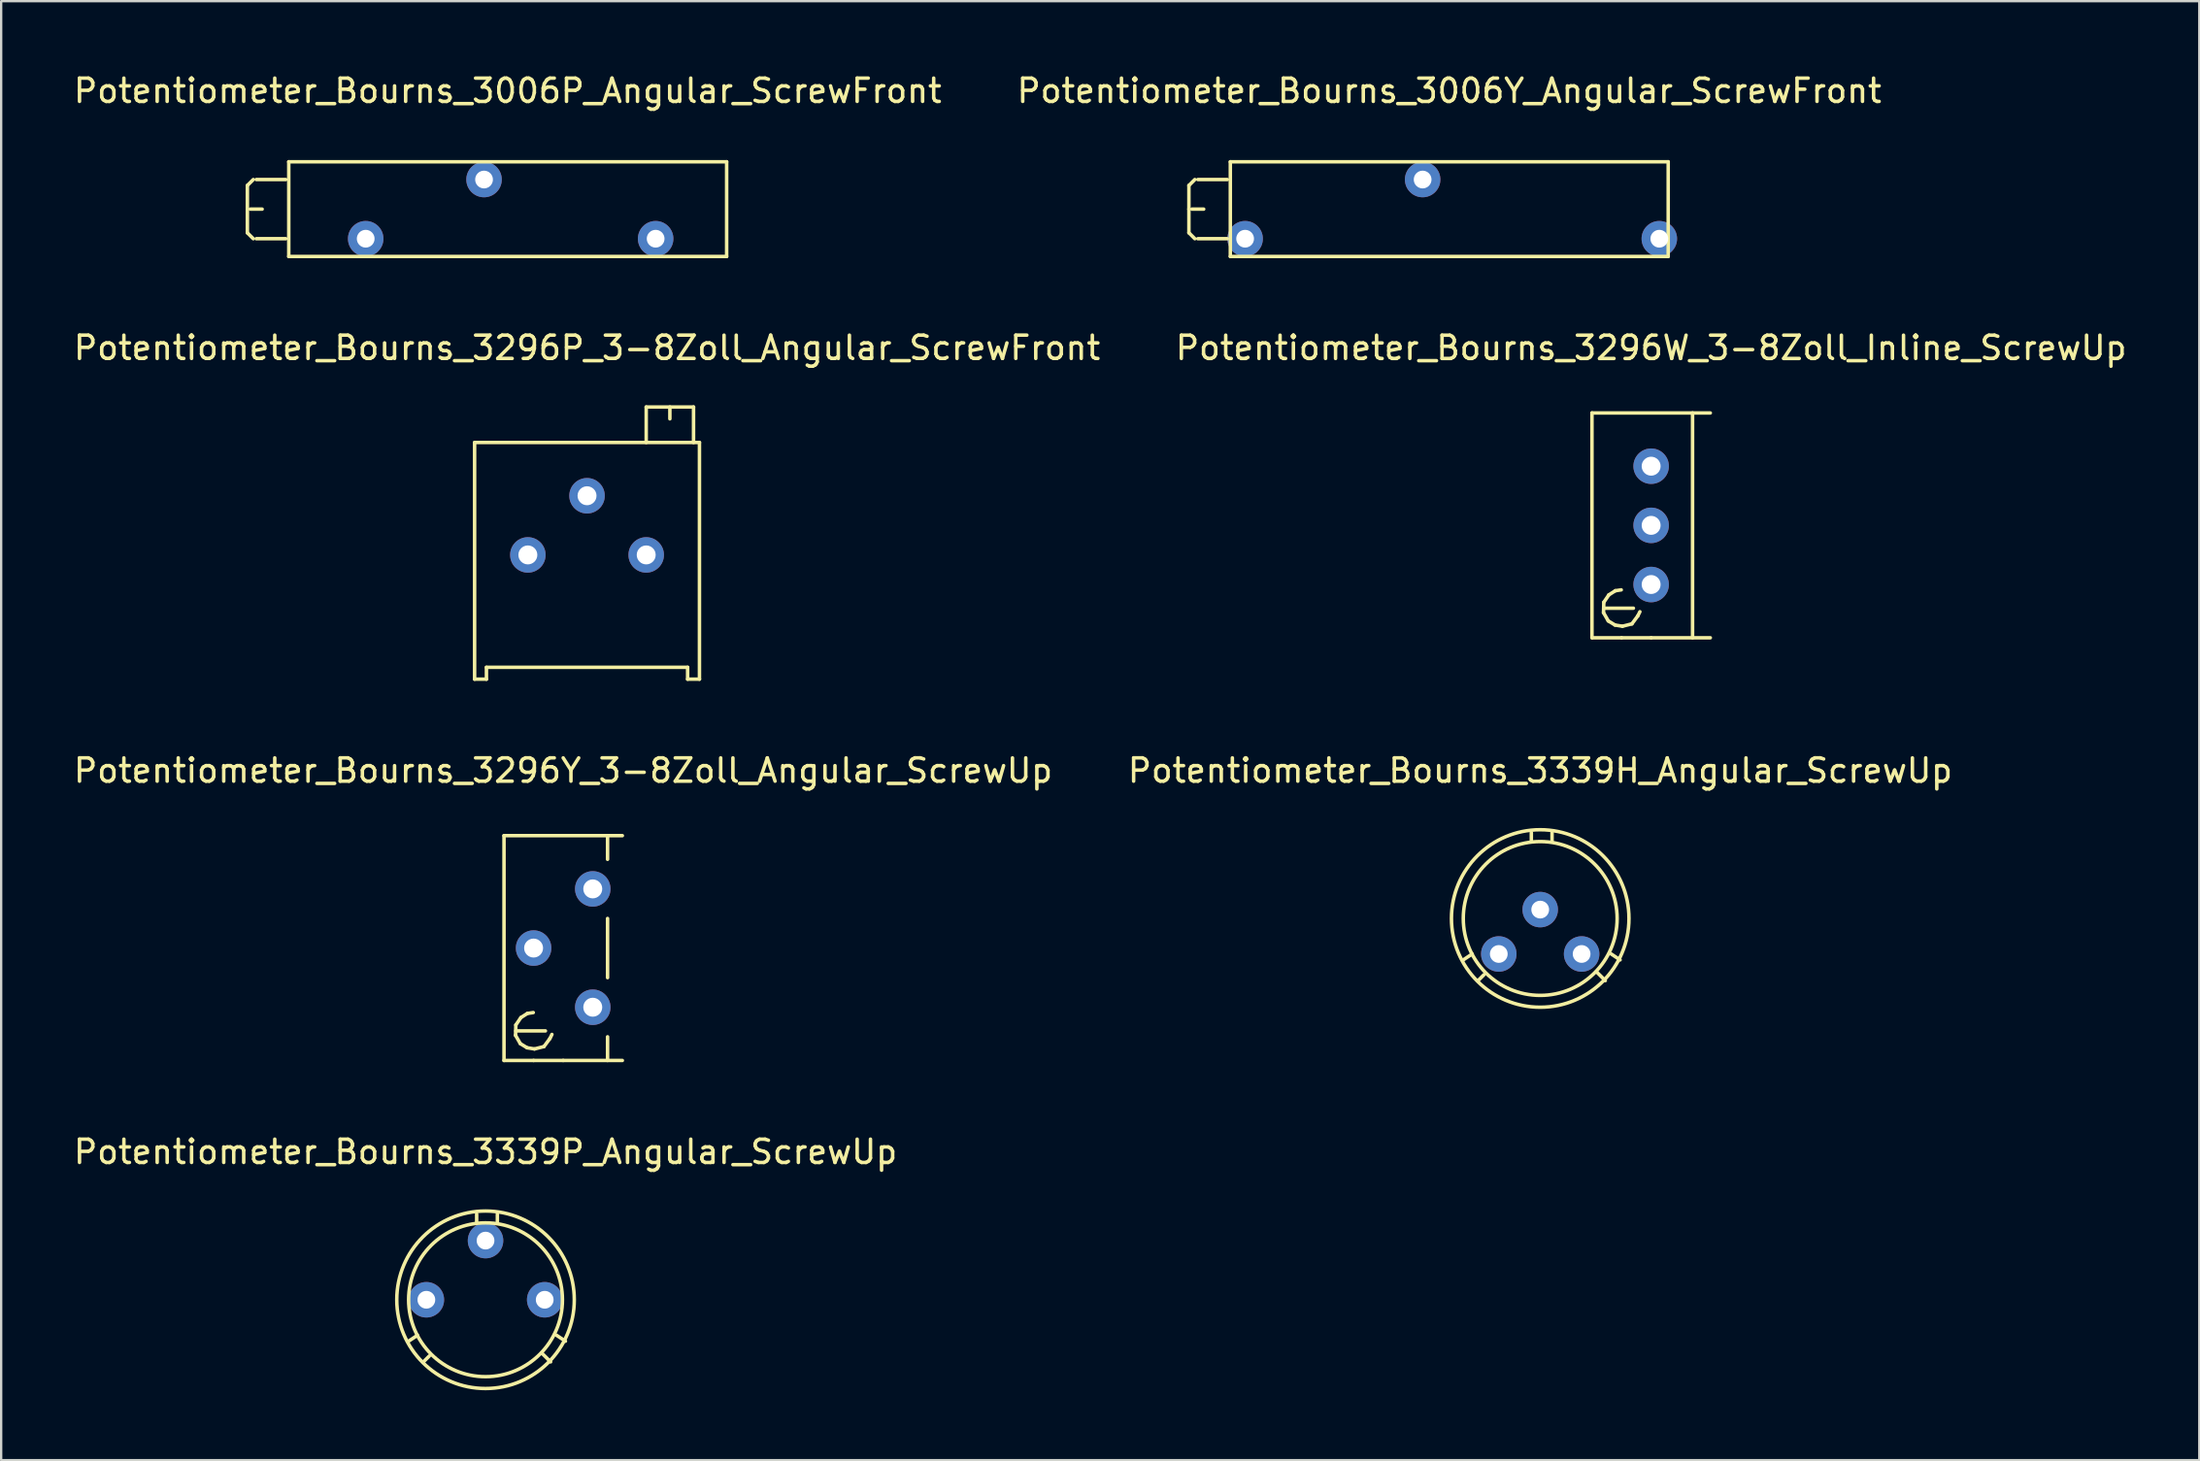
<source format=kicad_pcb>
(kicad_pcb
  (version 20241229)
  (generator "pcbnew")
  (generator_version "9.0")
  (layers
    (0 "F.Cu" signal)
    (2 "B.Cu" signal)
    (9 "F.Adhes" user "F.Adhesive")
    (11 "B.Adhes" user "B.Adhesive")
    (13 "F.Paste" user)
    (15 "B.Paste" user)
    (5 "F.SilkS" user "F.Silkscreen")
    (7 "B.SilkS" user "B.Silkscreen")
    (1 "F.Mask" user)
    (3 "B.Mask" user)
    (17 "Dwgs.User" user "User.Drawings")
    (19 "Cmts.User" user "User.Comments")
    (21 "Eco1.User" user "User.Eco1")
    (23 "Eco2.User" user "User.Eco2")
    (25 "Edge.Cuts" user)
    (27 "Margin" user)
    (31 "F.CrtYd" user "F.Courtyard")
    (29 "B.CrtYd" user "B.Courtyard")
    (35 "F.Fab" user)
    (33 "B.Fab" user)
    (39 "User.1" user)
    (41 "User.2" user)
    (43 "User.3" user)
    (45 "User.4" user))
  (footprint "Potentiometer_Bourns_3296W_3-8Zoll_Inline_ScrewUp"
    (layer "F.Cu")
    (at 67.827 22.044)
    (property "Reference" "Potentiometer_Bourns_3296W_3-8Zoll_Inline_ScrewUp" (at 0 -10.16 0) (layer "F.SilkS") (effects (font (size 1 1) (thickness 0.15))))
    (attr through_hole)
    (fp_line (start -2.54 -7.366) (end 2.54 -7.366) (stroke (width 0.15) (type solid)) (layer "F.SilkS"))
    (fp_line (start -2.54 2.286) (end -2.54 -7.366) (stroke (width 0.15) (type solid)) (layer "F.SilkS"))
    (fp_line (start -2.045 1.206) (end -1.841 1.562) (stroke (width 0.15) (type solid)) (layer "F.SilkS"))
    (fp_line (start -2.032 0.762) (end -2.045 1.206) (stroke (width 0.15) (type solid)) (layer "F.SilkS"))
    (fp_line (start -2.032 1.016) (end -0.762 1.016) (stroke (width 0.15) (type solid)) (layer "F.SilkS"))
    (fp_line (start -1.841 1.562) (end -1.549 1.74) (stroke (width 0.15) (type solid)) (layer "F.SilkS"))
    (fp_line (start -1.816 0.445) (end -2.032 0.762) (stroke (width 0.15) (type solid)) (layer "F.SilkS"))
    (fp_line (start -1.549 1.74) (end -1.232 1.791) (stroke (width 0.15) (type solid)) (layer "F.SilkS"))
    (fp_line (start -1.537 0.267) (end -1.816 0.445) (stroke (width 0.15) (type solid)) (layer "F.SilkS"))
    (fp_line (start -1.283 0.229) (end -1.537 0.267) (stroke (width 0.15) (type solid)) (layer "F.SilkS"))
    (fp_line (start -1.27 2.286) (end -2.54 2.286) (stroke (width 0.15) (type solid)) (layer "F.SilkS"))
    (fp_line (start -1.232 1.791) (end -0.826 1.689) (stroke (width 0.15) (type solid)) (layer "F.SilkS"))
    (fp_line (start -0.826 1.689) (end -0.572 1.346) (stroke (width 0.15) (type solid)) (layer "F.SilkS"))
    (fp_line (start -0.572 1.346) (end -0.483 1.168) (stroke (width 0.15) (type solid)) (layer "F.SilkS"))
    (fp_line (start 0 2.286) (end -1.27 2.286) (stroke (width 0.15) (type solid)) (layer "F.SilkS"))
    (fp_line (start 1.778 -7.366) (end 1.778 2.286) (stroke (width 0.15) (type solid)) (layer "F.SilkS"))
    (fp_line (start 2.54 2.286) (end 0 2.286) (stroke (width 0.15) (type solid)) (layer "F.SilkS"))
    (pad "1" thru_hole circle (at 0 0) (size 1.524 1.524) (drill 0.813) (layers "*.Cu" "*.Mask"))
    (pad "2" thru_hole circle (at 0 -2.54) (size 1.524 1.524) (drill 0.813) (layers "*.Cu" "*.Mask"))
    (pad "3" thru_hole circle (at 0 -5.08) (size 1.524 1.524) (drill 0.813) (layers "*.Cu" "*.Mask")))
  (footprint "Potentiometer_Bourns_3339H_Angular_ScrewUp"
    (layer "F.Cu")
    (at 61.287 37.905)
    (property "Reference" "Potentiometer_Bourns_3339H_Angular_ScrewUp" (at 1.778 -7.874 0) (layer "F.SilkS") (effects (font (size 1 1) (thickness 0.15))))
    (attr through_hole)
    (fp_line (start -1.524 0.254) (end -1.143 0) (stroke (width 0.15) (type solid)) (layer "F.SilkS"))
    (fp_line (start -0.889 1.143) (end -0.635 0.889) (stroke (width 0.15) (type solid)) (layer "F.SilkS"))
    (fp_line (start 1.397 -4.826) (end 1.397 -5.207) (stroke (width 0.15) (type solid)) (layer "F.SilkS"))
    (fp_line (start 2.286 -4.826) (end 2.286 -5.207) (stroke (width 0.15) (type solid)) (layer "F.SilkS"))
    (fp_line (start 4.572 1.143) (end 4.191 0.762) (stroke (width 0.15) (type solid)) (layer "F.SilkS"))
    (fp_line (start 5.207 0.254) (end 4.826 0) (stroke (width 0.15) (type solid)) (layer "F.SilkS"))
    (fp_circle (center 1.778 -1.524) (end 5.08 -1.524) (stroke (width 0.15) (type solid)) (fill no) (layer "F.SilkS"))
    (fp_circle (center 1.778 -1.524) (end 5.588 -1.524) (stroke (width 0.15) (type solid)) (fill no) (layer "F.SilkS"))
    (pad "1" thru_hole circle (at 0 0) (size 1.524 1.524) (drill 0.762) (layers "*.Cu" "*.Mask"))
    (pad "2" thru_hole circle (at 1.778 -1.905) (size 1.524 1.524) (drill 0.762) (layers "*.Cu" "*.Mask"))
    (pad "3" thru_hole circle (at 3.556 0) (size 1.524 1.524) (drill 0.762) (layers "*.Cu" "*.Mask")))
  (footprint "Potentiometer_Bourns_3006Y_Angular_ScrewFront"
    (layer "F.Cu")
    (at 68.178 7.198)
    (property "Reference" "Potentiometer_Bourns_3006Y_Angular_ScrewFront" (at -9.017 -6.35 0) (layer "F.SilkS") (effects (font (size 1 1) (thickness 0.15))))
    (attr through_hole)
    (fp_line (start -20.193 -2.286) (end -20.193 -1.27) (stroke (width 0.15) (type solid)) (layer "F.SilkS"))
    (fp_line (start -20.193 -1.27) (end -20.193 -0.254) (stroke (width 0.15) (type solid)) (layer "F.SilkS"))
    (fp_line (start -20.193 -0.254) (end -19.939 0) (stroke (width 0.15) (type solid)) (layer "F.SilkS"))
    (fp_line (start -20.066 -1.27) (end -19.558 -1.27) (stroke (width 0.15) (type solid)) (layer "F.SilkS"))
    (fp_line (start -19.939 -2.54) (end -20.193 -2.286) (stroke (width 0.15) (type solid)) (layer "F.SilkS"))
    (fp_line (start -18.542 -2.54) (end -19.812 -2.54) (stroke (width 0.15) (type solid)) (layer "F.SilkS"))
    (fp_line (start -18.542 0) (end -19.812 0) (stroke (width 0.15) (type solid)) (layer "F.SilkS"))
    (fp_line (start -18.415 0.762) (end -18.415 -3.302) (stroke (width 0.15) (type solid)) (layer "F.SilkS"))
    (fp_line (start -18.415 0.762) (end 0.381 0.762) (stroke (width 0.15) (type solid)) (layer "F.SilkS"))
    (fp_line (start 0.381 -3.302) (end -18.415 -3.302) (stroke (width 0.15) (type solid)) (layer "F.SilkS"))
    (fp_line (start 0.381 0.762) (end 0.381 -3.302) (stroke (width 0.15) (type solid)) (layer "F.SilkS"))
    (pad "1" thru_hole circle (at 0 0) (size 1.524 1.524) (drill 0.762) (layers "*.Cu" "*.Mask"))
    (pad "2" thru_hole circle (at -10.16 -2.54) (size 1.524 1.524) (drill 0.762) (layers "*.Cu" "*.Mask"))
    (pad "3" thru_hole circle (at -17.78 0) (size 1.524 1.524) (drill 0.762) (layers "*.Cu" "*.Mask")))
  (footprint "Potentiometer_Bourns_3006P_Angular_ScrewFront"
    (layer "F.Cu")
    (at 25.094 7.198)
    (property "Reference" "Potentiometer_Bourns_3006P_Angular_ScrewFront" (at -6.35 -6.35 0) (layer "F.SilkS") (effects (font (size 1 1) (thickness 0.15))))
    (attr through_hole)
    (fp_line (start -17.526 -2.286) (end -17.526 -1.27) (stroke (width 0.15) (type solid)) (layer "F.SilkS"))
    (fp_line (start -17.526 -1.27) (end -17.526 -0.254) (stroke (width 0.15) (type solid)) (layer "F.SilkS"))
    (fp_line (start -17.526 -0.254) (end -17.272 0) (stroke (width 0.15) (type solid)) (layer "F.SilkS"))
    (fp_line (start -17.399 -1.27) (end -16.891 -1.27) (stroke (width 0.15) (type solid)) (layer "F.SilkS"))
    (fp_line (start -17.272 -2.54) (end -17.526 -2.286) (stroke (width 0.15) (type solid)) (layer "F.SilkS"))
    (fp_line (start -15.875 -2.54) (end -17.145 -2.54) (stroke (width 0.15) (type solid)) (layer "F.SilkS"))
    (fp_line (start -15.875 0) (end -17.145 0) (stroke (width 0.15) (type solid)) (layer "F.SilkS"))
    (fp_line (start -15.748 0.762) (end -15.748 -3.302) (stroke (width 0.15) (type solid)) (layer "F.SilkS"))
    (fp_line (start -15.748 0.762) (end 3.048 0.762) (stroke (width 0.15) (type solid)) (layer "F.SilkS"))
    (fp_line (start 3.048 -3.302) (end -15.748 -3.302) (stroke (width 0.15) (type solid)) (layer "F.SilkS"))
    (fp_line (start 3.048 0.762) (end 3.048 -3.302) (stroke (width 0.15) (type solid)) (layer "F.SilkS"))
    (pad "1" thru_hole circle (at 0 0) (size 1.524 1.524) (drill 0.762) (layers "*.Cu" "*.Mask"))
    (pad "2" thru_hole circle (at -7.366 -2.54) (size 1.524 1.524) (drill 0.762) (layers "*.Cu" "*.Mask"))
    (pad "3" thru_hole circle (at -12.446 0) (size 1.524 1.524) (drill 0.762) (layers "*.Cu" "*.Mask")))
  (footprint "Potentiometer_Bourns_3296P_3-8Zoll_Angular_ScrewFront"
    (layer "F.Cu")
    (at 24.689 20.773)
    (property "Reference" "Potentiometer_Bourns_3296P_3-8Zoll_Angular_ScrewFront" (at -2.54 -8.89 0) (layer "F.SilkS") (effects (font (size 1 1) (thickness 0.15))))
    (attr through_hole)
    (fp_line (start -7.366 -4.826) (end -7.366 5.334) (stroke (width 0.15) (type solid)) (layer "F.SilkS"))
    (fp_line (start -7.366 -4.826) (end 2.286 -4.826) (stroke (width 0.15) (type solid)) (layer "F.SilkS"))
    (fp_line (start -7.366 5.334) (end -6.858 5.334) (stroke (width 0.15) (type solid)) (layer "F.SilkS"))
    (fp_line (start -6.858 4.826) (end 1.778 4.826) (stroke (width 0.15) (type solid)) (layer "F.SilkS"))
    (fp_line (start -6.858 5.334) (end -6.858 4.826) (stroke (width 0.15) (type solid)) (layer "F.SilkS"))
    (fp_line (start 0 -6.35) (end 2.032 -6.35) (stroke (width 0.15) (type solid)) (layer "F.SilkS"))
    (fp_line (start 0 -4.826) (end 0 -6.35) (stroke (width 0.15) (type solid)) (layer "F.SilkS"))
    (fp_line (start 1.016 -6.35) (end 1.016 -5.842) (stroke (width 0.15) (type solid)) (layer "F.SilkS"))
    (fp_line (start 1.778 4.826) (end 1.778 5.334) (stroke (width 0.15) (type solid)) (layer "F.SilkS"))
    (fp_line (start 1.778 5.334) (end 2.286 5.334) (stroke (width 0.15) (type solid)) (layer "F.SilkS"))
    (fp_line (start 2.032 -4.826) (end 2.032 -6.35) (stroke (width 0.15) (type solid)) (layer "F.SilkS"))
    (fp_line (start 2.286 5.334) (end 2.286 -4.826) (stroke (width 0.15) (type solid)) (layer "F.SilkS"))
    (pad "1" thru_hole circle (at 0 0 90) (size 1.524 1.524) (drill 0.813) (layers "*.Cu" "*.Mask"))
    (pad "2" thru_hole circle (at -2.54 -2.54 90) (size 1.524 1.524) (drill 0.813) (layers "*.Cu" "*.Mask"))
    (pad "3" thru_hole circle (at -5.08 0 90) (size 1.524 1.524) (drill 0.813) (layers "*.Cu" "*.Mask")))
  (footprint "Potentiometer_Bourns_3296Y_3-8Zoll_Angular_ScrewUp"
    (layer "F.Cu")
    (at 22.395 40.191)
    (property "Reference" "Potentiometer_Bourns_3296Y_3-8Zoll_Angular_ScrewUp" (at -1.27 -10.16 0) (layer "F.SilkS") (effects (font (size 1 1) (thickness 0.15))))
    (attr through_hole)
    (fp_line (start -3.81 -7.366) (end 1.27 -7.366) (stroke (width 0.15) (type solid)) (layer "F.SilkS"))
    (fp_line (start -3.81 2.286) (end -3.81 -7.366) (stroke (width 0.15) (type solid)) (layer "F.SilkS"))
    (fp_line (start -3.315 1.206) (end -3.111 1.562) (stroke (width 0.15) (type solid)) (layer "F.SilkS"))
    (fp_line (start -3.302 0.762) (end -3.315 1.206) (stroke (width 0.15) (type solid)) (layer "F.SilkS"))
    (fp_line (start -3.302 1.016) (end -2.032 1.016) (stroke (width 0.15) (type solid)) (layer "F.SilkS"))
    (fp_line (start -3.111 1.562) (end -2.819 1.74) (stroke (width 0.15) (type solid)) (layer "F.SilkS"))
    (fp_line (start -3.086 0.445) (end -3.302 0.762) (stroke (width 0.15) (type solid)) (layer "F.SilkS"))
    (fp_line (start -2.819 1.74) (end -2.502 1.791) (stroke (width 0.15) (type solid)) (layer "F.SilkS"))
    (fp_line (start -2.807 0.267) (end -3.086 0.445) (stroke (width 0.15) (type solid)) (layer "F.SilkS"))
    (fp_line (start -2.553 0.229) (end -2.807 0.267) (stroke (width 0.15) (type solid)) (layer "F.SilkS"))
    (fp_line (start -2.54 2.286) (end -3.81 2.286) (stroke (width 0.15) (type solid)) (layer "F.SilkS"))
    (fp_line (start -2.502 1.791) (end -2.095 1.689) (stroke (width 0.15) (type solid)) (layer "F.SilkS"))
    (fp_line (start -2.095 1.689) (end -1.841 1.346) (stroke (width 0.15) (type solid)) (layer "F.SilkS"))
    (fp_line (start -1.841 1.346) (end -1.753 1.168) (stroke (width 0.15) (type solid)) (layer "F.SilkS"))
    (fp_line (start -1.27 2.286) (end -2.54 2.286) (stroke (width 0.15) (type solid)) (layer "F.SilkS"))
    (fp_line (start 0.635 -7.366) (end 0.635 -6.35) (stroke (width 0.15) (type solid)) (layer "F.SilkS"))
    (fp_line (start 0.635 -3.81) (end 0.635 -1.27) (stroke (width 0.15) (type solid)) (layer "F.SilkS"))
    (fp_line (start 0.635 1.27) (end 0.635 2.286) (stroke (width 0.15) (type solid)) (layer "F.SilkS"))
    (fp_line (start 1.27 2.286) (end -1.27 2.286) (stroke (width 0.15) (type solid)) (layer "F.SilkS"))
    (pad "1" thru_hole circle (at 0 0) (size 1.524 1.524) (drill 0.813) (layers "*.Cu" "*.Mask"))
    (pad "2" thru_hole circle (at -2.54 -2.54) (size 1.524 1.524) (drill 0.813) (layers "*.Cu" "*.Mask"))
    (pad "3" thru_hole circle (at 0 -5.08) (size 1.524 1.524) (drill 0.813) (layers "*.Cu" "*.Mask")))
  (footprint "Potentiometer_Bourns_3339P_Angular_ScrewUp"
    (layer "F.Cu")
    (at 15.252 52.75)
    (property "Reference" "Potentiometer_Bourns_3339P_Angular_ScrewUp" (at 2.54 -6.35 0) (layer "F.SilkS") (effects (font (size 1 1) (thickness 0.15))))
    (attr through_hole)
    (fp_line (start -0.762 1.778) (end -0.381 1.524) (stroke (width 0.15) (type solid)) (layer "F.SilkS"))
    (fp_line (start -0.127 2.667) (end 0.127 2.413) (stroke (width 0.15) (type solid)) (layer "F.SilkS"))
    (fp_line (start 2.159 -3.302) (end 2.159 -3.683) (stroke (width 0.15) (type solid)) (layer "F.SilkS"))
    (fp_line (start 3.048 -3.302) (end 3.048 -3.683) (stroke (width 0.15) (type solid)) (layer "F.SilkS"))
    (fp_line (start 5.334 2.667) (end 4.953 2.286) (stroke (width 0.15) (type solid)) (layer "F.SilkS"))
    (fp_line (start 5.969 1.778) (end 5.588 1.524) (stroke (width 0.15) (type solid)) (layer "F.SilkS"))
    (fp_circle (center 2.54 0) (end 5.842 0) (stroke (width 0.15) (type solid)) (fill no) (layer "F.SilkS"))
    (fp_circle (center 2.54 0) (end 6.35 0) (stroke (width 0.15) (type solid)) (fill no) (layer "F.SilkS"))
    (pad "1" thru_hole circle (at 0 0) (size 1.524 1.524) (drill 0.762) (layers "*.Cu" "*.Mask"))
    (pad "2" thru_hole circle (at 2.54 -2.54) (size 1.524 1.524) (drill 0.762) (layers "*.Cu" "*.Mask"))
    (pad "3" thru_hole circle (at 5.08 0) (size 1.524 1.524) (drill 0.762) (layers "*.Cu" "*.Mask")))
  (gr_rect
    (start -3 -3)
    (end 91.357 59.635)
    (stroke (width 0.1) (type default))
    (fill no)
    (layer "Edge.Cuts")))
</source>
